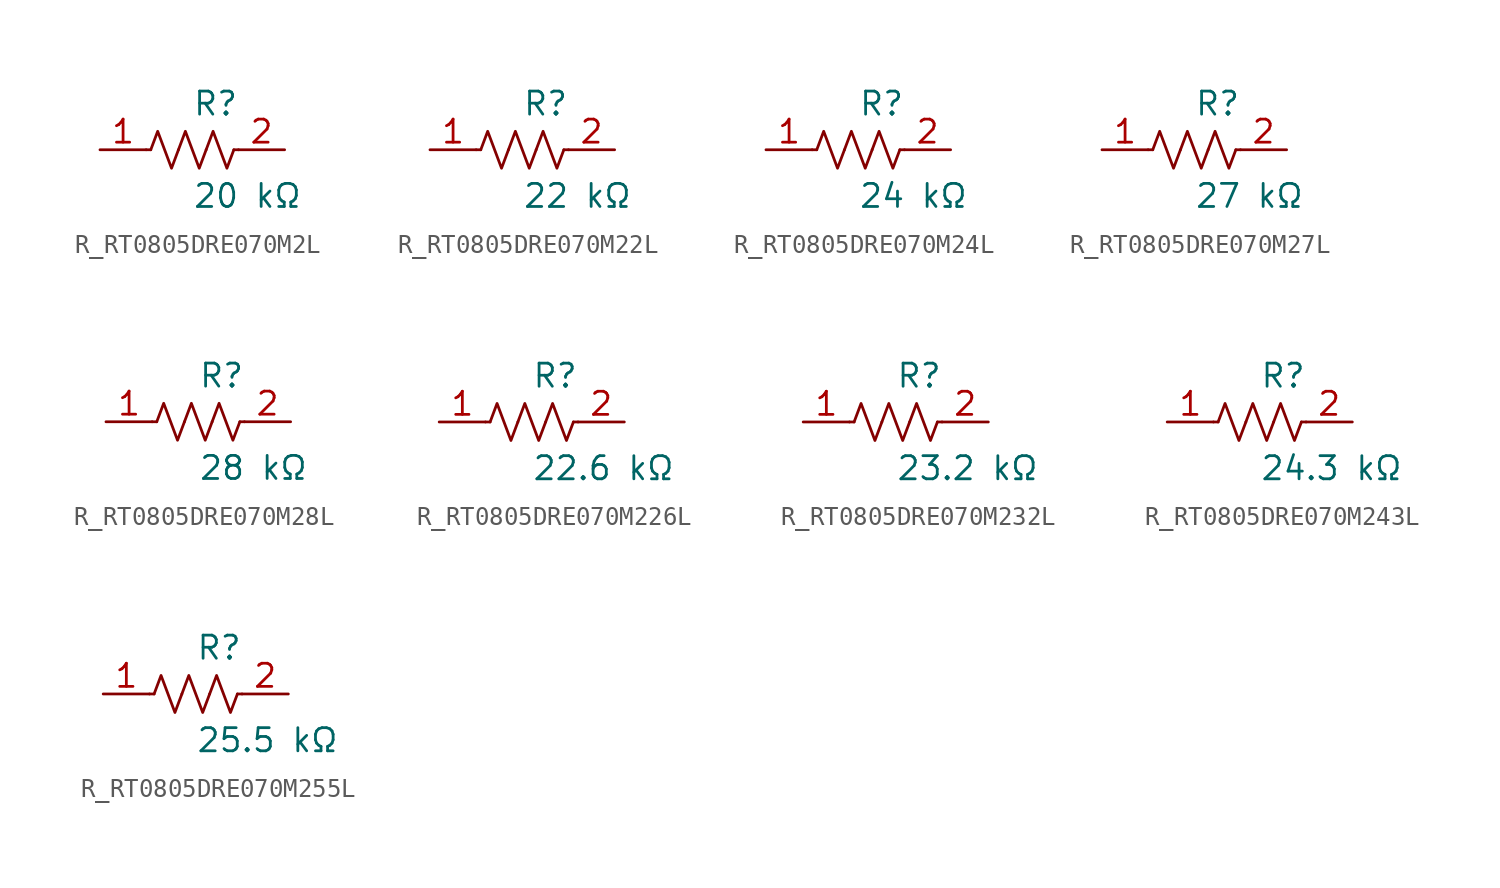
<source format=kicad_sym>
(kicad_symbol_lib
  (version 20231120)
  (generator kicad_symbol_editor)
  (generator_version 8.0)
  (symbol "R_RT0805DRE070M2L"
    (pin_names
      (offset 0.254))
    (property "Reference" "R"
      (at 0.0 2.54 0)
      (effects (font (size 1.27 1.27)) (justify left)))
    (property "Value" "20 kΩ"
      (at 0.0 -2.54 0)
      (effects (font (size 1.27 1.27)) (justify left)))
    (symbol "R_RT0805DRE070M2L_0_1"
      (polyline (pts (xy 2.286 0) (xy 2.54 0)) (stroke (width 0) (type default)) (fill (type none)))
      (polyline (pts (xy -2.286 0) (xy -2.54 0)) (stroke (width 0) (type default)) (fill (type none)))
      (polyline (pts (xy 0.762 0) (xy 1.143 1.016) (xy 1.524 0) (xy 1.905 -1.016) (xy 2.286 0)) (stroke (width 0) (type default)) (fill (type none)))
      (polyline (pts (xy -0.762 0) (xy -0.381 1.016) (xy 0 0) (xy 0.381 -1.016) (xy 0.762 0)) (stroke (width 0) (type default)) (fill (type none)))
      (polyline (pts (xy -2.286 0) (xy -1.905 1.016) (xy -1.524 0) (xy -1.143 -1.016) (xy -0.762 0)) (stroke (width 0) (type default)) (fill (type none))))
    (pin unspecified line
      (at -5.08 0 0)
      (length 2.54)
      (name "" (effects (font (size 1.27 1.27))))
      (number "1" (effects (font (size 1.27 1.27)))))
    (pin unspecified line
      (at 5.08 0 180)
      (length 2.54)
      (name "" (effects (font (size 1.27 1.27))))
      (number "2" (effects (font (size 1.27 1.27))))))
  (symbol "R_RT0805DRE070M22L"
    (pin_names
      (offset 0.254))
    (property "Reference" "R"
      (at 0.0 2.54 0)
      (effects (font (size 1.27 1.27)) (justify left)))
    (property "Value" "22 kΩ"
      (at 0.0 -2.54 0)
      (effects (font (size 1.27 1.27)) (justify left)))
    (symbol "R_RT0805DRE070M22L_0_1"
      (polyline (pts (xy 2.286 0) (xy 2.54 0)) (stroke (width 0) (type default)) (fill (type none)))
      (polyline (pts (xy -2.286 0) (xy -2.54 0)) (stroke (width 0) (type default)) (fill (type none)))
      (polyline (pts (xy 0.762 0) (xy 1.143 1.016) (xy 1.524 0) (xy 1.905 -1.016) (xy 2.286 0)) (stroke (width 0) (type default)) (fill (type none)))
      (polyline (pts (xy -0.762 0) (xy -0.381 1.016) (xy 0 0) (xy 0.381 -1.016) (xy 0.762 0)) (stroke (width 0) (type default)) (fill (type none)))
      (polyline (pts (xy -2.286 0) (xy -1.905 1.016) (xy -1.524 0) (xy -1.143 -1.016) (xy -0.762 0)) (stroke (width 0) (type default)) (fill (type none))))
    (pin unspecified line
      (at -5.08 0 0)
      (length 2.54)
      (name "" (effects (font (size 1.27 1.27))))
      (number "1" (effects (font (size 1.27 1.27)))))
    (pin unspecified line
      (at 5.08 0 180)
      (length 2.54)
      (name "" (effects (font (size 1.27 1.27))))
      (number "2" (effects (font (size 1.27 1.27))))))
  (symbol "R_RT0805DRE070M24L"
    (pin_names
      (offset 0.254))
    (property "Reference" "R"
      (at 0.0 2.54 0)
      (effects (font (size 1.27 1.27)) (justify left)))
    (property "Value" "24 kΩ"
      (at 0.0 -2.54 0)
      (effects (font (size 1.27 1.27)) (justify left)))
    (symbol "R_RT0805DRE070M24L_0_1"
      (polyline (pts (xy 2.286 0) (xy 2.54 0)) (stroke (width 0) (type default)) (fill (type none)))
      (polyline (pts (xy -2.286 0) (xy -2.54 0)) (stroke (width 0) (type default)) (fill (type none)))
      (polyline (pts (xy 0.762 0) (xy 1.143 1.016) (xy 1.524 0) (xy 1.905 -1.016) (xy 2.286 0)) (stroke (width 0) (type default)) (fill (type none)))
      (polyline (pts (xy -0.762 0) (xy -0.381 1.016) (xy 0 0) (xy 0.381 -1.016) (xy 0.762 0)) (stroke (width 0) (type default)) (fill (type none)))
      (polyline (pts (xy -2.286 0) (xy -1.905 1.016) (xy -1.524 0) (xy -1.143 -1.016) (xy -0.762 0)) (stroke (width 0) (type default)) (fill (type none))))
    (pin unspecified line
      (at -5.08 0 0)
      (length 2.54)
      (name "" (effects (font (size 1.27 1.27))))
      (number "1" (effects (font (size 1.27 1.27)))))
    (pin unspecified line
      (at 5.08 0 180)
      (length 2.54)
      (name "" (effects (font (size 1.27 1.27))))
      (number "2" (effects (font (size 1.27 1.27))))))
  (symbol "R_RT0805DRE070M27L"
    (pin_names
      (offset 0.254))
    (property "Reference" "R"
      (at 0.0 2.54 0)
      (effects (font (size 1.27 1.27)) (justify left)))
    (property "Value" "27 kΩ"
      (at 0.0 -2.54 0)
      (effects (font (size 1.27 1.27)) (justify left)))
    (symbol "R_RT0805DRE070M27L_0_1"
      (polyline (pts (xy 2.286 0) (xy 2.54 0)) (stroke (width 0) (type default)) (fill (type none)))
      (polyline (pts (xy -2.286 0) (xy -2.54 0)) (stroke (width 0) (type default)) (fill (type none)))
      (polyline (pts (xy 0.762 0) (xy 1.143 1.016) (xy 1.524 0) (xy 1.905 -1.016) (xy 2.286 0)) (stroke (width 0) (type default)) (fill (type none)))
      (polyline (pts (xy -0.762 0) (xy -0.381 1.016) (xy 0 0) (xy 0.381 -1.016) (xy 0.762 0)) (stroke (width 0) (type default)) (fill (type none)))
      (polyline (pts (xy -2.286 0) (xy -1.905 1.016) (xy -1.524 0) (xy -1.143 -1.016) (xy -0.762 0)) (stroke (width 0) (type default)) (fill (type none))))
    (pin unspecified line
      (at -5.08 0 0)
      (length 2.54)
      (name "" (effects (font (size 1.27 1.27))))
      (number "1" (effects (font (size 1.27 1.27)))))
    (pin unspecified line
      (at 5.08 0 180)
      (length 2.54)
      (name "" (effects (font (size 1.27 1.27))))
      (number "2" (effects (font (size 1.27 1.27))))))
  (symbol "R_RT0805DRE070M28L"
    (pin_names
      (offset 0.254))
    (property "Reference" "R"
      (at 0.0 2.54 0)
      (effects (font (size 1.27 1.27)) (justify left)))
    (property "Value" "28 kΩ"
      (at 0.0 -2.54 0)
      (effects (font (size 1.27 1.27)) (justify left)))
    (symbol "R_RT0805DRE070M28L_0_1"
      (polyline (pts (xy 2.286 0) (xy 2.54 0)) (stroke (width 0) (type default)) (fill (type none)))
      (polyline (pts (xy -2.286 0) (xy -2.54 0)) (stroke (width 0) (type default)) (fill (type none)))
      (polyline (pts (xy 0.762 0) (xy 1.143 1.016) (xy 1.524 0) (xy 1.905 -1.016) (xy 2.286 0)) (stroke (width 0) (type default)) (fill (type none)))
      (polyline (pts (xy -0.762 0) (xy -0.381 1.016) (xy 0 0) (xy 0.381 -1.016) (xy 0.762 0)) (stroke (width 0) (type default)) (fill (type none)))
      (polyline (pts (xy -2.286 0) (xy -1.905 1.016) (xy -1.524 0) (xy -1.143 -1.016) (xy -0.762 0)) (stroke (width 0) (type default)) (fill (type none))))
    (pin unspecified line
      (at -5.08 0 0)
      (length 2.54)
      (name "" (effects (font (size 1.27 1.27))))
      (number "1" (effects (font (size 1.27 1.27)))))
    (pin unspecified line
      (at 5.08 0 180)
      (length 2.54)
      (name "" (effects (font (size 1.27 1.27))))
      (number "2" (effects (font (size 1.27 1.27))))))
  (symbol "R_RT0805DRE070M226L"
    (pin_names
      (offset 0.254))
    (property "Reference" "R"
      (at 0.0 2.54 0)
      (effects (font (size 1.27 1.27)) (justify left)))
    (property "Value" "22.6 kΩ"
      (at 0.0 -2.54 0)
      (effects (font (size 1.27 1.27)) (justify left)))
    (symbol "R_RT0805DRE070M226L_0_1"
      (polyline (pts (xy 2.286 0) (xy 2.54 0)) (stroke (width 0) (type default)) (fill (type none)))
      (polyline (pts (xy -2.286 0) (xy -2.54 0)) (stroke (width 0) (type default)) (fill (type none)))
      (polyline (pts (xy 0.762 0) (xy 1.143 1.016) (xy 1.524 0) (xy 1.905 -1.016) (xy 2.286 0)) (stroke (width 0) (type default)) (fill (type none)))
      (polyline (pts (xy -0.762 0) (xy -0.381 1.016) (xy 0 0) (xy 0.381 -1.016) (xy 0.762 0)) (stroke (width 0) (type default)) (fill (type none)))
      (polyline (pts (xy -2.286 0) (xy -1.905 1.016) (xy -1.524 0) (xy -1.143 -1.016) (xy -0.762 0)) (stroke (width 0) (type default)) (fill (type none))))
    (pin unspecified line
      (at -5.08 0 0)
      (length 2.54)
      (name "" (effects (font (size 1.27 1.27))))
      (number "1" (effects (font (size 1.27 1.27)))))
    (pin unspecified line
      (at 5.08 0 180)
      (length 2.54)
      (name "" (effects (font (size 1.27 1.27))))
      (number "2" (effects (font (size 1.27 1.27))))))
  (symbol "R_RT0805DRE070M232L"
    (pin_names
      (offset 0.254))
    (property "Reference" "R"
      (at 0.0 2.54 0)
      (effects (font (size 1.27 1.27)) (justify left)))
    (property "Value" "23.2 kΩ"
      (at 0.0 -2.54 0)
      (effects (font (size 1.27 1.27)) (justify left)))
    (symbol "R_RT0805DRE070M232L_0_1"
      (polyline (pts (xy 2.286 0) (xy 2.54 0)) (stroke (width 0) (type default)) (fill (type none)))
      (polyline (pts (xy -2.286 0) (xy -2.54 0)) (stroke (width 0) (type default)) (fill (type none)))
      (polyline (pts (xy 0.762 0) (xy 1.143 1.016) (xy 1.524 0) (xy 1.905 -1.016) (xy 2.286 0)) (stroke (width 0) (type default)) (fill (type none)))
      (polyline (pts (xy -0.762 0) (xy -0.381 1.016) (xy 0 0) (xy 0.381 -1.016) (xy 0.762 0)) (stroke (width 0) (type default)) (fill (type none)))
      (polyline (pts (xy -2.286 0) (xy -1.905 1.016) (xy -1.524 0) (xy -1.143 -1.016) (xy -0.762 0)) (stroke (width 0) (type default)) (fill (type none))))
    (pin unspecified line
      (at -5.08 0 0)
      (length 2.54)
      (name "" (effects (font (size 1.27 1.27))))
      (number "1" (effects (font (size 1.27 1.27)))))
    (pin unspecified line
      (at 5.08 0 180)
      (length 2.54)
      (name "" (effects (font (size 1.27 1.27))))
      (number "2" (effects (font (size 1.27 1.27))))))
  (symbol "R_RT0805DRE070M243L"
    (pin_names
      (offset 0.254))
    (property "Reference" "R"
      (at 0.0 2.54 0)
      (effects (font (size 1.27 1.27)) (justify left)))
    (property "Value" "24.3 kΩ"
      (at 0.0 -2.54 0)
      (effects (font (size 1.27 1.27)) (justify left)))
    (symbol "R_RT0805DRE070M243L_0_1"
      (polyline (pts (xy 2.286 0) (xy 2.54 0)) (stroke (width 0) (type default)) (fill (type none)))
      (polyline (pts (xy -2.286 0) (xy -2.54 0)) (stroke (width 0) (type default)) (fill (type none)))
      (polyline (pts (xy 0.762 0) (xy 1.143 1.016) (xy 1.524 0) (xy 1.905 -1.016) (xy 2.286 0)) (stroke (width 0) (type default)) (fill (type none)))
      (polyline (pts (xy -0.762 0) (xy -0.381 1.016) (xy 0 0) (xy 0.381 -1.016) (xy 0.762 0)) (stroke (width 0) (type default)) (fill (type none)))
      (polyline (pts (xy -2.286 0) (xy -1.905 1.016) (xy -1.524 0) (xy -1.143 -1.016) (xy -0.762 0)) (stroke (width 0) (type default)) (fill (type none))))
    (pin unspecified line
      (at -5.08 0 0)
      (length 2.54)
      (name "" (effects (font (size 1.27 1.27))))
      (number "1" (effects (font (size 1.27 1.27)))))
    (pin unspecified line
      (at 5.08 0 180)
      (length 2.54)
      (name "" (effects (font (size 1.27 1.27))))
      (number "2" (effects (font (size 1.27 1.27))))))
  (symbol "R_RT0805DRE070M255L"
    (pin_names
      (offset 0.254))
    (property "Reference" "R"
      (at 0.0 2.54 0)
      (effects (font (size 1.27 1.27)) (justify left)))
    (property "Value" "25.5 kΩ"
      (at 0.0 -2.54 0)
      (effects (font (size 1.27 1.27)) (justify left)))
    (symbol "R_RT0805DRE070M255L_0_1"
      (polyline (pts (xy 2.286 0) (xy 2.54 0)) (stroke (width 0) (type default)) (fill (type none)))
      (polyline (pts (xy -2.286 0) (xy -2.54 0)) (stroke (width 0) (type default)) (fill (type none)))
      (polyline (pts (xy 0.762 0) (xy 1.143 1.016) (xy 1.524 0) (xy 1.905 -1.016) (xy 2.286 0)) (stroke (width 0) (type default)) (fill (type none)))
      (polyline (pts (xy -0.762 0) (xy -0.381 1.016) (xy 0 0) (xy 0.381 -1.016) (xy 0.762 0)) (stroke (width 0) (type default)) (fill (type none)))
      (polyline (pts (xy -2.286 0) (xy -1.905 1.016) (xy -1.524 0) (xy -1.143 -1.016) (xy -0.762 0)) (stroke (width 0) (type default)) (fill (type none))))
    (pin unspecified line
      (at -5.08 0 0)
      (length 2.54)
      (name "" (effects (font (size 1.27 1.27))))
      (number "1" (effects (font (size 1.27 1.27)))))
    (pin unspecified line
      (at 5.08 0 180)
      (length 2.54)
      (name "" (effects (font (size 1.27 1.27))))
      (number "2" (effects (font (size 1.27 1.27)))))))
</source>
